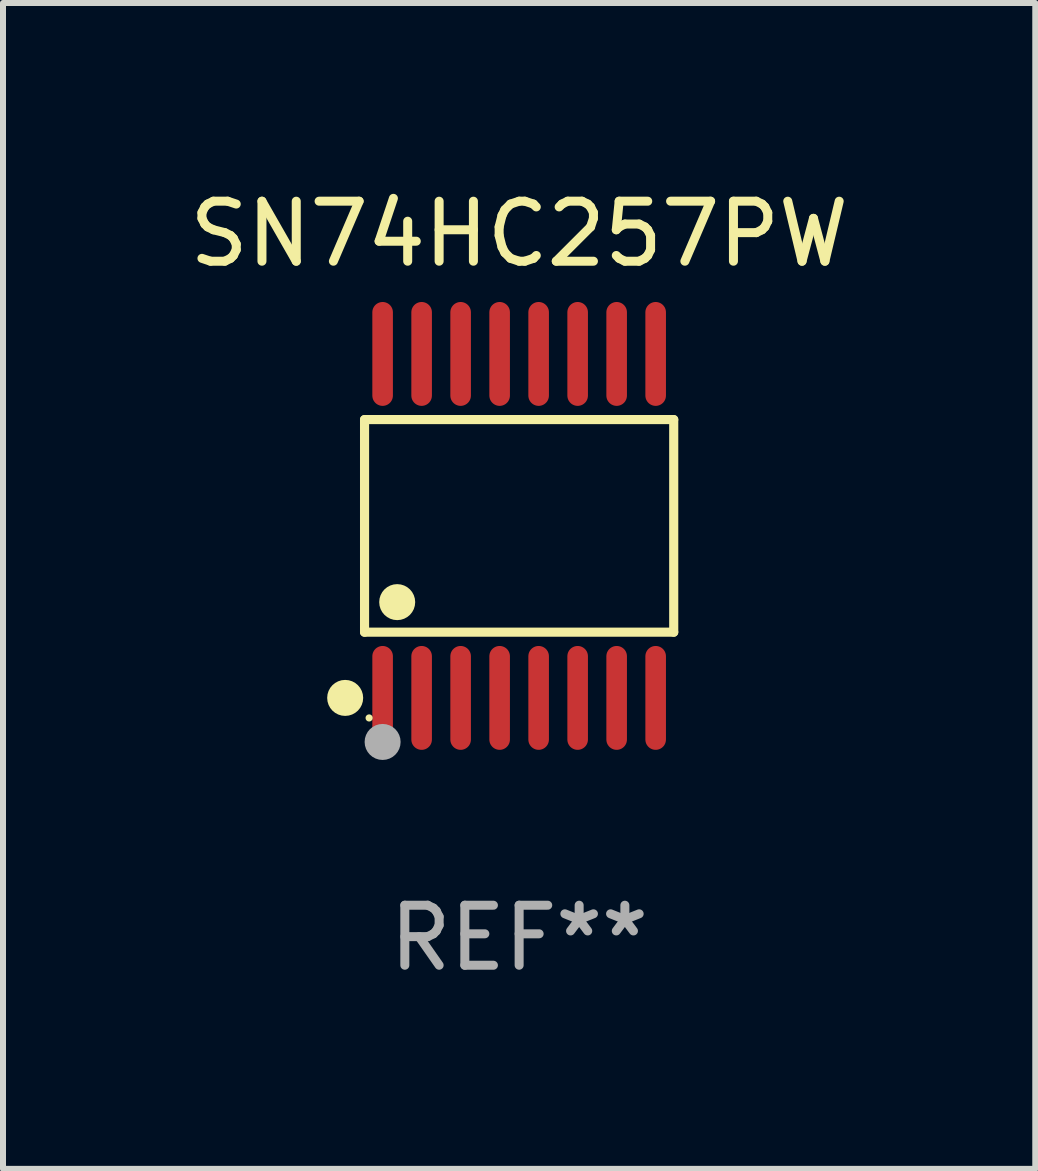
<source format=kicad_pcb>
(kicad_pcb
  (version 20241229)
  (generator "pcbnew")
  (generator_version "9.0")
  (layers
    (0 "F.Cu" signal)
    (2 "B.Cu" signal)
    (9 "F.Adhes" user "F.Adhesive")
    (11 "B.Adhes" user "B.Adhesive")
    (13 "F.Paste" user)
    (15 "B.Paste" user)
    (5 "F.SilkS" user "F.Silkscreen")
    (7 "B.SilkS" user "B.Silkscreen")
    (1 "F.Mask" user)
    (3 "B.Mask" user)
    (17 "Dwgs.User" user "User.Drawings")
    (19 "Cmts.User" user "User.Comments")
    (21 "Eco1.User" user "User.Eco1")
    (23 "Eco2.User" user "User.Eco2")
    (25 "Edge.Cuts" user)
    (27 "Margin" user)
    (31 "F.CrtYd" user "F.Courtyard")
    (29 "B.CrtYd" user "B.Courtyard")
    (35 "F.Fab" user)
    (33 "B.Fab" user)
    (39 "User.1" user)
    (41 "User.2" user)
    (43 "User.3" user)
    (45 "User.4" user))
  (footprint "SN74HC257PW"
    (layer "F.Cu")
    (at 5.601 5.714)
    (property "Reference" "SN74HC257PW" (at 0 -4.866 0) (layer "F.SilkS") (effects (font (size 1 1) (thickness 0.15))))
    (attr through_hole)
    (fp_line (start -2.576 -1.772) (end 2.576 -1.772) (stroke (width 0.152) (type solid)) (layer "F.SilkS"))
    (fp_line (start -2.576 1.771) (end -2.576 -1.772) (stroke (width 0.152) (type solid)) (layer "F.SilkS"))
    (fp_line (start 2.576 -1.772) (end 2.576 1.771) (stroke (width 0.152) (type solid)) (layer "F.SilkS"))
    (fp_line (start 2.576 1.771) (end -2.576 1.771) (stroke (width 0.152) (type solid)) (layer "F.SilkS"))
    (fp_circle (center -2.899 2.866) (end -2.749 2.866) (stroke (width 0.3) (type solid)) (fill no) (layer "F.SilkS"))
    (fp_circle (center -2.5 3.2) (end -2.47 3.2) (stroke (width 0.06) (type solid)) (fill no) (layer "F.SilkS"))
    (fp_circle (center -2.032 1.27) (end -1.882 1.27) (stroke (width 0.3) (type solid)) (fill no) (layer "F.SilkS"))
    (fp_circle (center -2.275 3.6) (end -2.125 3.6) (stroke (width 0.3) (type solid)) (fill no) (layer "F.Fab"))
    (fp_text user "REF**" (at 0 6.866 0) (layer "F.Fab") (effects (font (size 1 1) (thickness 0.15))))
    (pad "1" smd oval (at -2.275 2.866) (size 0.343 1.731) (layers "F.Cu" "F.Mask" "F.Paste"))
    (pad "2" smd oval (at -1.625 2.866) (size 0.343 1.731) (layers "F.Cu" "F.Mask" "F.Paste"))
    (pad "3" smd oval (at -0.975 2.866) (size 0.343 1.731) (layers "F.Cu" "F.Mask" "F.Paste"))
    (pad "4" smd oval (at -0.325 2.866) (size 0.343 1.731) (layers "F.Cu" "F.Mask" "F.Paste"))
    (pad "5" smd oval (at 0.325 2.866) (size 0.343 1.731) (layers "F.Cu" "F.Mask" "F.Paste"))
    (pad "6" smd oval (at 0.975 2.866) (size 0.343 1.731) (layers "F.Cu" "F.Mask" "F.Paste"))
    (pad "7" smd oval (at 1.625 2.866) (size 0.343 1.731) (layers "F.Cu" "F.Mask" "F.Paste"))
    (pad "8" smd oval (at 2.275 2.866) (size 0.343 1.731) (layers "F.Cu" "F.Mask" "F.Paste"))
    (pad "9" smd oval (at 2.275 -2.866) (size 0.343 1.731) (layers "F.Cu" "F.Mask" "F.Paste"))
    (pad "10" smd oval (at 1.625 -2.866) (size 0.343 1.731) (layers "F.Cu" "F.Mask" "F.Paste"))
    (pad "11" smd oval (at 0.975 -2.866) (size 0.343 1.731) (layers "F.Cu" "F.Mask" "F.Paste"))
    (pad "12" smd oval (at 0.325 -2.866) (size 0.343 1.731) (layers "F.Cu" "F.Mask" "F.Paste"))
    (pad "13" smd oval (at -0.325 -2.866) (size 0.343 1.731) (layers "F.Cu" "F.Mask" "F.Paste"))
    (pad "14" smd oval (at -0.975 -2.866) (size 0.343 1.731) (layers "F.Cu" "F.Mask" "F.Paste"))
    (pad "15" smd oval (at -1.625 -2.866) (size 0.343 1.731) (layers "F.Cu" "F.Mask" "F.Paste"))
    (pad "16" smd oval (at -2.275 -2.866) (size 0.343 1.731) (layers "F.Cu" "F.Mask" "F.Paste")))
  (gr_rect
    (start -3 -3)
    (end 14.202 16.428)
    (stroke (width 0.1) (type default))
    (fill no)
    (layer "Edge.Cuts")))
</source>
